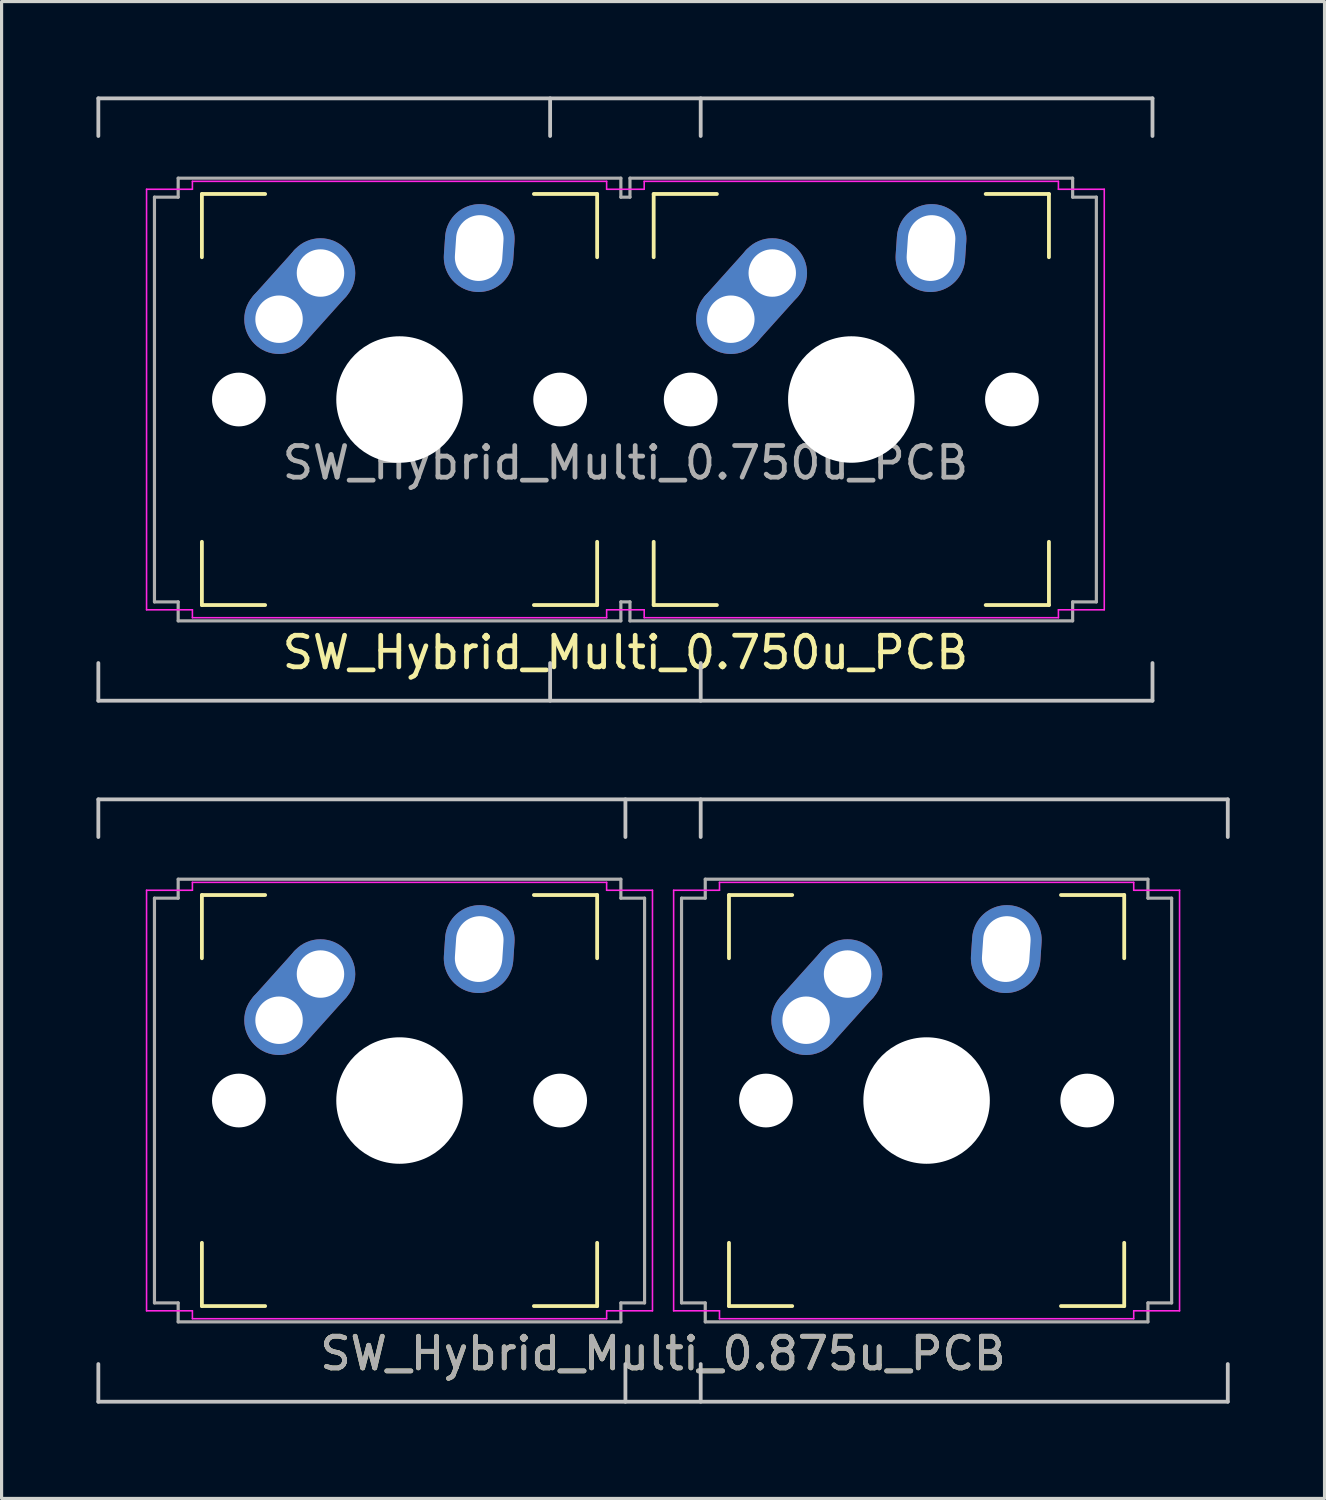
<source format=kicad_pcb>
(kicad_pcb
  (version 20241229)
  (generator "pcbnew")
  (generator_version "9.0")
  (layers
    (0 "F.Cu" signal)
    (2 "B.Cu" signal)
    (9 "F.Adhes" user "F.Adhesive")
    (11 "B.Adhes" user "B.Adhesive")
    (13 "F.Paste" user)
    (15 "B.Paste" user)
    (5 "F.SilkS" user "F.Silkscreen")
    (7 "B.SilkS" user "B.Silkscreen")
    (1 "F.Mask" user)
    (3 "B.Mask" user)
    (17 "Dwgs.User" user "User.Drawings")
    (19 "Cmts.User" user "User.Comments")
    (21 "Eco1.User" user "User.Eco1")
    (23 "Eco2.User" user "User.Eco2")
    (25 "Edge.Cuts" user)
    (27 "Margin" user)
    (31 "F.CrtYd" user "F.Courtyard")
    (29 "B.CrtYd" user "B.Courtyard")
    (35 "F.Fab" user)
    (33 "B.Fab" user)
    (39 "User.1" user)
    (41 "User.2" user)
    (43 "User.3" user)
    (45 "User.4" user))
  (footprint "SW_Hybrid_Multi_0.875u_PCB"
    (layer "F.Cu")
    (at 16.729 31.755)
    (property "Reference" "SW_Hybrid_Multi_0.875u_PCB" (at 1.191 8 0) (layer "F.SilkS") (effects (font (size 1 1) (thickness 0.15))))
    (attr through_hole)
    (fp_line (start -13.394 -6.5) (end -11.394 -6.5) (stroke (width 0.12) (type solid)) (layer "F.SilkS"))
    (fp_line (start -13.394 -4.5) (end -13.394 -6.5) (stroke (width 0.12) (type solid)) (layer "F.SilkS"))
    (fp_line (start -13.394 6.5) (end -13.394 4.5) (stroke (width 0.12) (type solid)) (layer "F.SilkS"))
    (fp_line (start -13.394 6.5) (end -11.394 6.5) (stroke (width 0.12) (type solid)) (layer "F.SilkS"))
    (fp_line (start -2.894 -6.5) (end -0.894 -6.5) (stroke (width 0.12) (type solid)) (layer "F.SilkS"))
    (fp_line (start -2.894 6.5) (end -0.894 6.5) (stroke (width 0.12) (type solid)) (layer "F.SilkS"))
    (fp_line (start -0.894 -4.5) (end -0.894 -6.5) (stroke (width 0.12) (type solid)) (layer "F.SilkS"))
    (fp_line (start -0.894 6.5) (end -0.894 4.5) (stroke (width 0.12) (type solid)) (layer "F.SilkS"))
    (fp_line (start 3.275 -6.5) (end 5.275 -6.5) (stroke (width 0.12) (type solid)) (layer "F.SilkS"))
    (fp_line (start 3.275 -4.5) (end 3.275 -6.5) (stroke (width 0.12) (type solid)) (layer "F.SilkS"))
    (fp_line (start 3.275 6.5) (end 3.275 4.5) (stroke (width 0.12) (type solid)) (layer "F.SilkS"))
    (fp_line (start 3.275 6.5) (end 5.275 6.5) (stroke (width 0.12) (type solid)) (layer "F.SilkS"))
    (fp_line (start 13.775 -6.5) (end 15.775 -6.5) (stroke (width 0.12) (type solid)) (layer "F.SilkS"))
    (fp_line (start 13.775 6.5) (end 15.775 6.5) (stroke (width 0.12) (type solid)) (layer "F.SilkS"))
    (fp_line (start 15.775 -4.5) (end 15.775 -6.5) (stroke (width 0.12) (type solid)) (layer "F.SilkS"))
    (fp_line (start 15.775 6.5) (end 15.775 4.5) (stroke (width 0.12) (type solid)) (layer "F.SilkS"))
    (fp_line (start -16.669 -9.525) (end 19.05 -9.525) (stroke (width 0.12) (type solid)) (layer "Dwgs.User"))
    (fp_line (start -16.669 -8.334) (end -16.669 -9.525) (stroke (width 0.12) (type solid)) (layer "Dwgs.User"))
    (fp_line (start -16.669 9.525) (end -16.669 8.334) (stroke (width 0.12) (type solid)) (layer "Dwgs.User"))
    (fp_line (start 0 -9.525) (end 0 -8.334) (stroke (width 0.12) (type solid)) (layer "Dwgs.User"))
    (fp_line (start 0 9.525) (end 0 8.334) (stroke (width 0.12) (type solid)) (layer "Dwgs.User"))
    (fp_line (start 2.381 -9.525) (end 2.381 -8.334) (stroke (width 0.12) (type solid)) (layer "Dwgs.User"))
    (fp_line (start 2.381 9.525) (end 2.381 8.334) (stroke (width 0.12) (type solid)) (layer "Dwgs.User"))
    (fp_line (start 19.05 -9.525) (end 19.05 -8.334) (stroke (width 0.12) (type solid)) (layer "Dwgs.User"))
    (fp_line (start 19.05 9.525) (end -16.669 9.525) (stroke (width 0.12) (type solid)) (layer "Dwgs.User"))
    (fp_line (start 19.05 9.525) (end 19.05 8.334) (stroke (width 0.12) (type solid)) (layer "Dwgs.User"))
    (fp_line (start -15.144 -6.65) (end -13.694 -6.65) (stroke (width 0.05) (type solid)) (layer "F.CrtYd"))
    (fp_line (start -15.144 6.65) (end -15.144 -6.65) (stroke (width 0.05) (type solid)) (layer "F.CrtYd"))
    (fp_line (start -13.694 -6.9) (end -0.594 -6.9) (stroke (width 0.05) (type solid)) (layer "F.CrtYd"))
    (fp_line (start -13.694 -6.65) (end -13.694 -6.9) (stroke (width 0.05) (type solid)) (layer "F.CrtYd"))
    (fp_line (start -13.694 6.65) (end -15.144 6.65) (stroke (width 0.05) (type solid)) (layer "F.CrtYd"))
    (fp_line (start -13.694 6.9) (end -13.694 6.65) (stroke (width 0.05) (type solid)) (layer "F.CrtYd"))
    (fp_line (start -0.594 -6.9) (end -0.594 -6.65) (stroke (width 0.05) (type solid)) (layer "F.CrtYd"))
    (fp_line (start -0.594 -6.65) (end 0.856 -6.65) (stroke (width 0.05) (type solid)) (layer "F.CrtYd"))
    (fp_line (start -0.594 6.65) (end -0.594 6.9) (stroke (width 0.05) (type solid)) (layer "F.CrtYd"))
    (fp_line (start -0.594 6.9) (end -13.694 6.9) (stroke (width 0.05) (type solid)) (layer "F.CrtYd"))
    (fp_line (start 0.856 -6.65) (end 0.856 6.65) (stroke (width 0.05) (type solid)) (layer "F.CrtYd"))
    (fp_line (start 0.856 6.65) (end -0.594 6.65) (stroke (width 0.05) (type solid)) (layer "F.CrtYd"))
    (fp_line (start 1.525 -6.65) (end 2.975 -6.65) (stroke (width 0.05) (type solid)) (layer "F.CrtYd"))
    (fp_line (start 1.525 6.65) (end 1.525 -6.65) (stroke (width 0.05) (type solid)) (layer "F.CrtYd"))
    (fp_line (start 2.975 -6.9) (end 16.075 -6.9) (stroke (width 0.05) (type solid)) (layer "F.CrtYd"))
    (fp_line (start 2.975 -6.65) (end 2.975 -6.9) (stroke (width 0.05) (type solid)) (layer "F.CrtYd"))
    (fp_line (start 2.975 6.65) (end 1.525 6.65) (stroke (width 0.05) (type solid)) (layer "F.CrtYd"))
    (fp_line (start 2.975 6.9) (end 2.975 6.65) (stroke (width 0.05) (type solid)) (layer "F.CrtYd"))
    (fp_line (start 16.075 -6.9) (end 16.075 -6.65) (stroke (width 0.05) (type solid)) (layer "F.CrtYd"))
    (fp_line (start 16.075 -6.65) (end 17.525 -6.65) (stroke (width 0.05) (type solid)) (layer "F.CrtYd"))
    (fp_line (start 16.075 6.65) (end 16.075 6.9) (stroke (width 0.05) (type solid)) (layer "F.CrtYd"))
    (fp_line (start 16.075 6.9) (end 2.975 6.9) (stroke (width 0.05) (type solid)) (layer "F.CrtYd"))
    (fp_line (start 17.525 -6.65) (end 17.525 6.65) (stroke (width 0.05) (type solid)) (layer "F.CrtYd"))
    (fp_line (start 17.525 6.65) (end 16.075 6.65) (stroke (width 0.05) (type solid)) (layer "F.CrtYd"))
    (fp_line (start -14.894 -6.4) (end -14.144 -6.4) (stroke (width 0.1) (type solid)) (layer "F.Fab"))
    (fp_line (start -14.894 6.4) (end -14.894 -6.4) (stroke (width 0.1) (type solid)) (layer "F.Fab"))
    (fp_line (start -14.144 -7) (end -0.144 -7) (stroke (width 0.1) (type solid)) (layer "F.Fab"))
    (fp_line (start -14.144 -6.4) (end -14.144 -7) (stroke (width 0.1) (type solid)) (layer "F.Fab"))
    (fp_line (start -14.144 6.4) (end -14.894 6.4) (stroke (width 0.1) (type solid)) (layer "F.Fab"))
    (fp_line (start -14.144 7) (end -14.144 6.4) (stroke (width 0.1) (type solid)) (layer "F.Fab"))
    (fp_line (start -0.144 -7) (end -0.144 -6.4) (stroke (width 0.1) (type solid)) (layer "F.Fab"))
    (fp_line (start -0.144 -6.4) (end 0.606 -6.4) (stroke (width 0.1) (type solid)) (layer "F.Fab"))
    (fp_line (start -0.144 6.4) (end -0.144 7) (stroke (width 0.1) (type solid)) (layer "F.Fab"))
    (fp_line (start -0.144 7) (end -14.144 7) (stroke (width 0.1) (type solid)) (layer "F.Fab"))
    (fp_line (start 0.606 -6.4) (end 0.606 6.4) (stroke (width 0.1) (type solid)) (layer "F.Fab"))
    (fp_line (start 0.606 6.4) (end -0.144 6.4) (stroke (width 0.1) (type solid)) (layer "F.Fab"))
    (fp_line (start 1.775 -6.4) (end 2.525 -6.4) (stroke (width 0.1) (type solid)) (layer "F.Fab"))
    (fp_line (start 1.775 6.4) (end 1.775 -6.4) (stroke (width 0.1) (type solid)) (layer "F.Fab"))
    (fp_line (start 2.525 -7) (end 16.525 -7) (stroke (width 0.1) (type solid)) (layer "F.Fab"))
    (fp_line (start 2.525 -6.4) (end 2.525 -7) (stroke (width 0.1) (type solid)) (layer "F.Fab"))
    (fp_line (start 2.525 6.4) (end 1.775 6.4) (stroke (width 0.1) (type solid)) (layer "F.Fab"))
    (fp_line (start 2.525 7) (end 2.525 6.4) (stroke (width 0.1) (type solid)) (layer "F.Fab"))
    (fp_line (start 16.525 -7) (end 16.525 -6.4) (stroke (width 0.1) (type solid)) (layer "F.Fab"))
    (fp_line (start 16.525 -6.4) (end 17.275 -6.4) (stroke (width 0.1) (type solid)) (layer "F.Fab"))
    (fp_line (start 16.525 6.4) (end 16.525 7) (stroke (width 0.1) (type solid)) (layer "F.Fab"))
    (fp_line (start 16.525 7) (end 2.525 7) (stroke (width 0.1) (type solid)) (layer "F.Fab"))
    (fp_line (start 17.275 -6.4) (end 17.275 6.4) (stroke (width 0.1) (type solid)) (layer "F.Fab"))
    (fp_line (start 17.275 6.4) (end 16.525 6.4) (stroke (width 0.1) (type solid)) (layer "F.Fab"))
    (fp_text user "${REFERENCE}" (at 1.191 8 0) (layer "F.Fab") (effects (font (size 1 1) (thickness 0.15))))
    (pad "" np_thru_hole circle (at -12.224 0) (size 1.7 1.7) (drill 1.7) (layers "*.Cu" "*.Mask"))
    (pad "" np_thru_hole circle (at -7.144 0) (size 4 4) (drill 4) (layers "*.Cu" "*.Mask"))
    (pad "" np_thru_hole circle (at -2.064 0) (size 1.7 1.7) (drill 1.7) (layers "*.Cu" "*.Mask"))
    (pad "" np_thru_hole circle (at 4.445 0) (size 1.7 1.7) (drill 1.7) (layers "*.Cu" "*.Mask"))
    (pad "" np_thru_hole circle (at 9.525 0) (size 4 4) (drill 4) (layers "*.Cu" "*.Mask"))
    (pad "" np_thru_hole circle (at 14.605 0) (size 1.7 1.7) (drill 1.7) (layers "*.Cu" "*.Mask"))
    (pad "1" thru_hole oval (at -4.624 -4.79 86.1) (size 2.781 2.2) (drill oval 2.081 1.5) (layers "*.Cu" "*.Mask"))
    (pad "1" thru_hole oval (at 12.045 -4.79 86.1) (size 2.781 2.2) (drill oval 2.081 1.5) (layers "*.Cu" "*.Mask"))
    (pad "2" thru_hole circle (at -10.954 -2.54) (size 2.2 2.2) (drill 1.5) (layers "*.Cu" "*.Mask"))
    (pad "2" smd roundrect (at -10.299 -3.27 48.1) (size 2.402 2.2) (layers "F.Cu" "F.Mask") (roundrect_rratio 0.1))
    (pad "2" smd roundrect (at -10.299 -3.27 48.1) (size 2.402 2.2) (layers "B.Cu" "B.Mask") (roundrect_rratio 0.1))
    (pad "2" thru_hole circle (at -9.644 -4) (size 2.2 2.2) (drill 1.5) (layers "*.Cu" "*.Mask"))
    (pad "2" thru_hole circle (at 5.715 -2.54) (size 2.2 2.2) (drill 1.5) (layers "*.Cu" "*.Mask"))
    (pad "2" smd roundrect (at 6.37 -3.27 48.1) (size 2.402 2.2) (layers "F.Cu" "F.Mask") (roundrect_rratio 0.1))
    (pad "2" smd roundrect (at 6.37 -3.27 48.1) (size 2.402 2.2) (layers "B.Cu" "B.Mask") (roundrect_rratio 0.1))
    (pad "2" thru_hole circle (at 7.025 -4) (size 2.2 2.2) (drill 1.5) (layers "*.Cu" "*.Mask")))
  (footprint "SW_Hybrid_Multi_0.750u_PCB"
    (layer "F.Cu")
    (at 16.729 9.585)
    (property "Reference" "SW_Hybrid_Multi_0.750u_PCB" (at 0.000005 8 0) (layer "F.SilkS") (effects (font (size 1 1) (thickness 0.15))))
    (attr through_hole)
    (fp_line (start -13.394 -6.5) (end -11.394 -6.5) (stroke (width 0.12) (type solid)) (layer "F.SilkS"))
    (fp_line (start -13.394 -4.5) (end -13.394 -6.5) (stroke (width 0.12) (type solid)) (layer "F.SilkS"))
    (fp_line (start -13.394 6.5) (end -13.394 4.5) (stroke (width 0.12) (type solid)) (layer "F.SilkS"))
    (fp_line (start -13.394 6.5) (end -11.394 6.5) (stroke (width 0.12) (type solid)) (layer "F.SilkS"))
    (fp_line (start -2.894 -6.5) (end -0.894 -6.5) (stroke (width 0.12) (type solid)) (layer "F.SilkS"))
    (fp_line (start -2.894 6.5) (end -0.894 6.5) (stroke (width 0.12) (type solid)) (layer "F.SilkS"))
    (fp_line (start -0.894 -4.5) (end -0.894 -6.5) (stroke (width 0.12) (type solid)) (layer "F.SilkS"))
    (fp_line (start -0.894 6.5) (end -0.894 4.5) (stroke (width 0.12) (type solid)) (layer "F.SilkS"))
    (fp_line (start 0.894 -6.5) (end 2.894 -6.5) (stroke (width 0.12) (type solid)) (layer "F.SilkS"))
    (fp_line (start 0.894 -4.5) (end 0.894 -6.5) (stroke (width 0.12) (type solid)) (layer "F.SilkS"))
    (fp_line (start 0.894 6.5) (end 0.894 4.5) (stroke (width 0.12) (type solid)) (layer "F.SilkS"))
    (fp_line (start 0.894 6.5) (end 2.894 6.5) (stroke (width 0.12) (type solid)) (layer "F.SilkS"))
    (fp_line (start 11.394 -6.5) (end 13.394 -6.5) (stroke (width 0.12) (type solid)) (layer "F.SilkS"))
    (fp_line (start 11.394 6.5) (end 13.394 6.5) (stroke (width 0.12) (type solid)) (layer "F.SilkS"))
    (fp_line (start 13.394 -4.5) (end 13.394 -6.5) (stroke (width 0.12) (type solid)) (layer "F.SilkS"))
    (fp_line (start 13.394 6.5) (end 13.394 4.5) (stroke (width 0.12) (type solid)) (layer "F.SilkS"))
    (fp_line (start -16.669 -9.525) (end 16.669 -9.525) (stroke (width 0.12) (type solid)) (layer "Dwgs.User"))
    (fp_line (start -16.669 -8.334) (end -16.669 -9.525) (stroke (width 0.12) (type solid)) (layer "Dwgs.User"))
    (fp_line (start -16.669 9.525) (end -16.669 8.334) (stroke (width 0.12) (type solid)) (layer "Dwgs.User"))
    (fp_line (start -2.381 -9.525) (end -2.381 -8.334) (stroke (width 0.12) (type solid)) (layer "Dwgs.User"))
    (fp_line (start -2.381 9.525) (end -2.381 8.334) (stroke (width 0.12) (type solid)) (layer "Dwgs.User"))
    (fp_line (start 2.381 -9.525) (end 2.381 -8.334) (stroke (width 0.12) (type solid)) (layer "Dwgs.User"))
    (fp_line (start 2.381 9.525) (end 2.381 8.334) (stroke (width 0.12) (type solid)) (layer "Dwgs.User"))
    (fp_line (start 16.669 -9.525) (end 16.669 -8.334) (stroke (width 0.12) (type solid)) (layer "Dwgs.User"))
    (fp_line (start 16.669 9.525) (end -16.669 9.525) (stroke (width 0.12) (type solid)) (layer "Dwgs.User"))
    (fp_line (start 16.669 9.525) (end 16.669 8.334) (stroke (width 0.12) (type solid)) (layer "Dwgs.User"))
    (fp_line (start -15.144 -6.65) (end -13.694 -6.65) (stroke (width 0.05) (type solid)) (layer "F.CrtYd"))
    (fp_line (start -15.144 6.65) (end -15.144 -6.65) (stroke (width 0.05) (type solid)) (layer "F.CrtYd"))
    (fp_line (start -13.694 -6.9) (end -0.594 -6.9) (stroke (width 0.05) (type solid)) (layer "F.CrtYd"))
    (fp_line (start -13.694 -6.65) (end -13.694 -6.9) (stroke (width 0.05) (type solid)) (layer "F.CrtYd"))
    (fp_line (start -13.694 6.65) (end -15.144 6.65) (stroke (width 0.05) (type solid)) (layer "F.CrtYd"))
    (fp_line (start -13.694 6.9) (end -13.694 6.65) (stroke (width 0.05) (type solid)) (layer "F.CrtYd"))
    (fp_line (start -0.594 -6.9) (end -0.594 -6.65) (stroke (width 0.05) (type solid)) (layer "F.CrtYd"))
    (fp_line (start -0.594 -6.65) (end 0.594 -6.65) (stroke (width 0.05) (type solid)) (layer "F.CrtYd"))
    (fp_line (start -0.594 6.65) (end -0.594 6.9) (stroke (width 0.05) (type solid)) (layer "F.CrtYd"))
    (fp_line (start -0.594 6.9) (end -13.694 6.9) (stroke (width 0.05) (type solid)) (layer "F.CrtYd"))
    (fp_line (start 0.594 -6.9) (end 13.694 -6.9) (stroke (width 0.05) (type solid)) (layer "F.CrtYd"))
    (fp_line (start 0.594 -6.65) (end 0.594 -6.9) (stroke (width 0.05) (type solid)) (layer "F.CrtYd"))
    (fp_line (start 0.594 6.65) (end -0.594 6.65) (stroke (width 0.05) (type solid)) (layer "F.CrtYd"))
    (fp_line (start 0.594 6.9) (end 0.594 6.65) (stroke (width 0.05) (type solid)) (layer "F.CrtYd"))
    (fp_line (start 13.694 -6.9) (end 13.694 -6.65) (stroke (width 0.05) (type solid)) (layer "F.CrtYd"))
    (fp_line (start 13.694 -6.65) (end 15.144 -6.65) (stroke (width 0.05) (type solid)) (layer "F.CrtYd"))
    (fp_line (start 13.694 6.65) (end 13.694 6.9) (stroke (width 0.05) (type solid)) (layer "F.CrtYd"))
    (fp_line (start 13.694 6.9) (end 0.594 6.9) (stroke (width 0.05) (type solid)) (layer "F.CrtYd"))
    (fp_line (start 15.144 -6.65) (end 15.144 6.65) (stroke (width 0.05) (type solid)) (layer "F.CrtYd"))
    (fp_line (start 15.144 6.65) (end 13.694 6.65) (stroke (width 0.05) (type solid)) (layer "F.CrtYd"))
    (fp_line (start -14.894 -6.4) (end -14.144 -6.4) (stroke (width 0.1) (type solid)) (layer "F.Fab"))
    (fp_line (start -14.894 6.4) (end -14.894 -6.4) (stroke (width 0.1) (type solid)) (layer "F.Fab"))
    (fp_line (start -14.144 -7) (end -0.144 -7) (stroke (width 0.1) (type solid)) (layer "F.Fab"))
    (fp_line (start -14.144 -6.4) (end -14.144 -7) (stroke (width 0.1) (type solid)) (layer "F.Fab"))
    (fp_line (start -14.144 6.4) (end -14.894 6.4) (stroke (width 0.1) (type solid)) (layer "F.Fab"))
    (fp_line (start -14.144 7) (end -14.144 6.4) (stroke (width 0.1) (type solid)) (layer "F.Fab"))
    (fp_line (start -0.144 -7) (end -0.144 -6.4) (stroke (width 0.1) (type solid)) (layer "F.Fab"))
    (fp_line (start -0.144 -6.4) (end 0.144 -6.4) (stroke (width 0.1) (type solid)) (layer "F.Fab"))
    (fp_line (start -0.144 6.4) (end -0.144 7) (stroke (width 0.1) (type solid)) (layer "F.Fab"))
    (fp_line (start -0.144 7) (end -14.144 7) (stroke (width 0.1) (type solid)) (layer "F.Fab"))
    (fp_line (start 0.144 -7) (end 14.144 -7) (stroke (width 0.1) (type solid)) (layer "F.Fab"))
    (fp_line (start 0.144 -6.4) (end 0.144 -7) (stroke (width 0.1) (type solid)) (layer "F.Fab"))
    (fp_line (start 0.144 6.4) (end -0.144 6.4) (stroke (width 0.1) (type solid)) (layer "F.Fab"))
    (fp_line (start 0.144 7) (end 0.144 6.4) (stroke (width 0.1) (type solid)) (layer "F.Fab"))
    (fp_line (start 14.144 -7) (end 14.144 -6.4) (stroke (width 0.1) (type solid)) (layer "F.Fab"))
    (fp_line (start 14.144 -6.4) (end 14.894 -6.4) (stroke (width 0.1) (type solid)) (layer "F.Fab"))
    (fp_line (start 14.144 6.4) (end 14.144 7) (stroke (width 0.1) (type solid)) (layer "F.Fab"))
    (fp_line (start 14.144 7) (end 0.144 7) (stroke (width 0.1) (type solid)) (layer "F.Fab"))
    (fp_line (start 14.894 -6.4) (end 14.894 6.4) (stroke (width 0.1) (type solid)) (layer "F.Fab"))
    (fp_line (start 14.894 6.4) (end 14.144 6.4) (stroke (width 0.1) (type solid)) (layer "F.Fab"))
    (fp_text user "${REFERENCE}" (at 0 2 0) (layer "F.Fab") (effects (font (size 1 1) (thickness 0.15))))
    (pad "" np_thru_hole circle (at -12.224 0) (size 1.7 1.7) (drill 1.7) (layers "*.Cu" "*.Mask"))
    (pad "" np_thru_hole circle (at -7.144 0) (size 4 4) (drill 4) (layers "*.Cu" "*.Mask"))
    (pad "" np_thru_hole circle (at -2.064 0) (size 1.7 1.7) (drill 1.7) (layers "*.Cu" "*.Mask"))
    (pad "" np_thru_hole circle (at 2.064 0) (size 1.7 1.7) (drill 1.7) (layers "*.Cu" "*.Mask"))
    (pad "" np_thru_hole circle (at 7.144 0) (size 4 4) (drill 4) (layers "*.Cu" "*.Mask"))
    (pad "" np_thru_hole circle (at 12.224 0) (size 1.7 1.7) (drill 1.7) (layers "*.Cu" "*.Mask"))
    (pad "1" thru_hole oval (at -4.624 -4.79 86.1) (size 2.781 2.2) (drill oval 2.081 1.5) (layers "*.Cu" "*.Mask"))
    (pad "1" thru_hole oval (at 9.664 -4.79 86.1) (size 2.781 2.2) (drill oval 2.081 1.5) (layers "*.Cu" "*.Mask"))
    (pad "2" thru_hole circle (at -10.954 -2.54) (size 2.2 2.2) (drill 1.5) (layers "*.Cu" "*.Mask"))
    (pad "2" smd roundrect (at -10.299 -3.27 48.1) (size 2.402 2.2) (layers "F.Cu" "F.Mask") (roundrect_rratio 0.1))
    (pad "2" smd roundrect (at -10.299 -3.27 48.1) (size 2.402 2.2) (layers "B.Cu" "B.Mask") (roundrect_rratio 0.1))
    (pad "2" thru_hole circle (at -9.644 -4) (size 2.2 2.2) (drill 1.5) (layers "*.Cu" "*.Mask"))
    (pad "2" thru_hole circle (at 3.334 -2.54) (size 2.2 2.2) (drill 1.5) (layers "*.Cu" "*.Mask"))
    (pad "2" smd roundrect (at 3.989 -3.27 48.1) (size 2.402 2.2) (layers "F.Cu" "F.Mask") (roundrect_rratio 0.1))
    (pad "2" smd roundrect (at 3.989 -3.27 48.1) (size 2.402 2.2) (layers "B.Cu" "B.Mask") (roundrect_rratio 0.1))
    (pad "2" thru_hole circle (at 4.644 -4) (size 2.2 2.2) (drill 1.5) (layers "*.Cu" "*.Mask")))
  (gr_rect
    (start -3 -3)
    (end 38.839 44.34)
    (stroke (width 0.1) (type default))
    (fill no)
    (layer "Edge.Cuts")))
</source>
